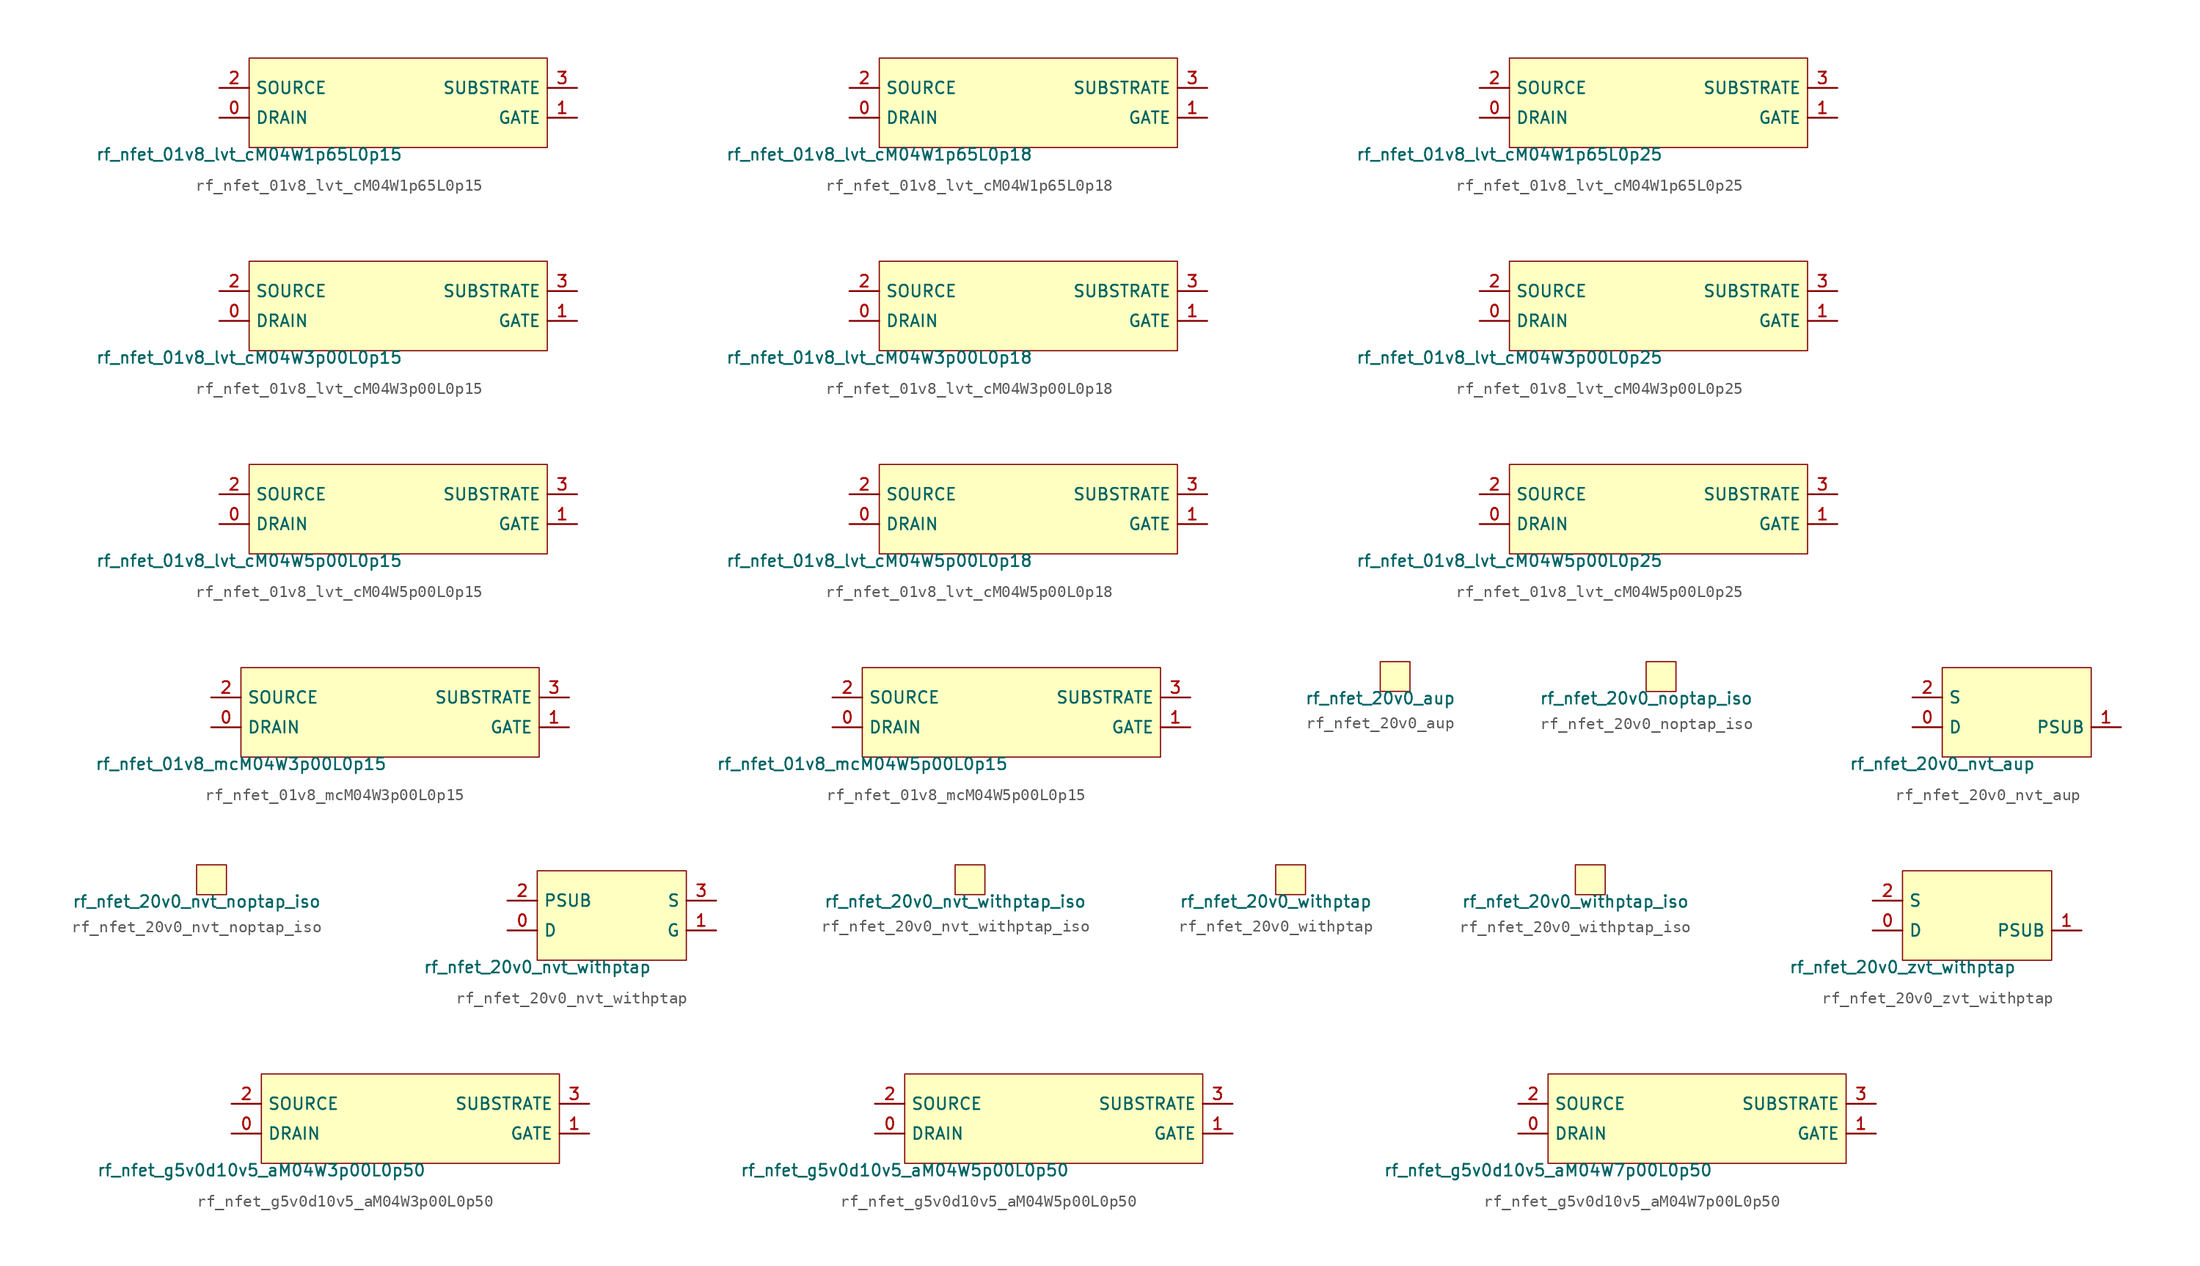
<source format=kicad_sym>
(kicad_symbol_lib
  (version 20211014)
  (generator pdk2kicad)
  (symbol "rf_nfet_01v8_lvt_cM04W1p65L0p15"
    (property "Reference" "X"
      (at 0 0 0)
      (effects (font (size 1 1)) hide))
    (property "Value" "rf_nfet_01v8_lvt_cM04W1p65L0p15"
      (at -12.7 -3.81 0)
      (effects (font (size 1 1)) (justify top)))
    (rectangle
      (start -12.7 -3.81)
      (end 12.7 3.81)
      (stroke (width 0.1) (type solid) (color 0 0 0 0))
      (fill (type background)))
    (pin bidirectional line
      (at -15.24 -1.27 0)
      (length 2.54)
      (name "DRAIN" (effects (font (size 1 1)) hide))
      (number "0" (effects (font (size 1 1)) hide)))
    (pin bidirectional line
      (at 15.24 -1.27 180)
      (length 2.54)
      (name "GATE" (effects (font (size 1 1)) hide))
      (number "1" (effects (font (size 1 1)) hide)))
    (pin bidirectional line
      (at -15.24 1.27 0)
      (length 2.54)
      (name "SOURCE" (effects (font (size 1 1)) hide))
      (number "2" (effects (font (size 1 1)) hide)))
    (pin bidirectional line
      (at 15.24 1.27 180)
      (length 2.54)
      (name "SUBSTRATE" (effects (font (size 1 1)) hide))
      (number "3" (effects (font (size 1 1)) hide))))
  (symbol "rf_nfet_01v8_lvt_cM04W1p65L0p18"
    (property "Reference" "X"
      (at 0 0 0)
      (effects (font (size 1 1)) hide))
    (property "Value" "rf_nfet_01v8_lvt_cM04W1p65L0p18"
      (at -12.7 -3.81 0)
      (effects (font (size 1 1)) (justify top)))
    (rectangle
      (start -12.7 -3.81)
      (end 12.7 3.81)
      (stroke (width 0.1) (type solid) (color 0 0 0 0))
      (fill (type background)))
    (pin bidirectional line
      (at -15.24 -1.27 0)
      (length 2.54)
      (name "DRAIN" (effects (font (size 1 1)) hide))
      (number "0" (effects (font (size 1 1)) hide)))
    (pin bidirectional line
      (at 15.24 -1.27 180)
      (length 2.54)
      (name "GATE" (effects (font (size 1 1)) hide))
      (number "1" (effects (font (size 1 1)) hide)))
    (pin bidirectional line
      (at -15.24 1.27 0)
      (length 2.54)
      (name "SOURCE" (effects (font (size 1 1)) hide))
      (number "2" (effects (font (size 1 1)) hide)))
    (pin bidirectional line
      (at 15.24 1.27 180)
      (length 2.54)
      (name "SUBSTRATE" (effects (font (size 1 1)) hide))
      (number "3" (effects (font (size 1 1)) hide))))
  (symbol "rf_nfet_01v8_lvt_cM04W1p65L0p25"
    (property "Reference" "X"
      (at 0 0 0)
      (effects (font (size 1 1)) hide))
    (property "Value" "rf_nfet_01v8_lvt_cM04W1p65L0p25"
      (at -12.7 -3.81 0)
      (effects (font (size 1 1)) (justify top)))
    (rectangle
      (start -12.7 -3.81)
      (end 12.7 3.81)
      (stroke (width 0.1) (type solid) (color 0 0 0 0))
      (fill (type background)))
    (pin bidirectional line
      (at -15.24 -1.27 0)
      (length 2.54)
      (name "DRAIN" (effects (font (size 1 1)) hide))
      (number "0" (effects (font (size 1 1)) hide)))
    (pin bidirectional line
      (at 15.24 -1.27 180)
      (length 2.54)
      (name "GATE" (effects (font (size 1 1)) hide))
      (number "1" (effects (font (size 1 1)) hide)))
    (pin bidirectional line
      (at -15.24 1.27 0)
      (length 2.54)
      (name "SOURCE" (effects (font (size 1 1)) hide))
      (number "2" (effects (font (size 1 1)) hide)))
    (pin bidirectional line
      (at 15.24 1.27 180)
      (length 2.54)
      (name "SUBSTRATE" (effects (font (size 1 1)) hide))
      (number "3" (effects (font (size 1 1)) hide))))
  (symbol "rf_nfet_01v8_lvt_cM04W3p00L0p15"
    (property "Reference" "X"
      (at 0 0 0)
      (effects (font (size 1 1)) hide))
    (property "Value" "rf_nfet_01v8_lvt_cM04W3p00L0p15"
      (at -12.7 -3.81 0)
      (effects (font (size 1 1)) (justify top)))
    (rectangle
      (start -12.7 -3.81)
      (end 12.7 3.81)
      (stroke (width 0.1) (type solid) (color 0 0 0 0))
      (fill (type background)))
    (pin bidirectional line
      (at -15.24 -1.27 0)
      (length 2.54)
      (name "DRAIN" (effects (font (size 1 1)) hide))
      (number "0" (effects (font (size 1 1)) hide)))
    (pin bidirectional line
      (at 15.24 -1.27 180)
      (length 2.54)
      (name "GATE" (effects (font (size 1 1)) hide))
      (number "1" (effects (font (size 1 1)) hide)))
    (pin bidirectional line
      (at -15.24 1.27 0)
      (length 2.54)
      (name "SOURCE" (effects (font (size 1 1)) hide))
      (number "2" (effects (font (size 1 1)) hide)))
    (pin bidirectional line
      (at 15.24 1.27 180)
      (length 2.54)
      (name "SUBSTRATE" (effects (font (size 1 1)) hide))
      (number "3" (effects (font (size 1 1)) hide))))
  (symbol "rf_nfet_01v8_lvt_cM04W3p00L0p18"
    (property "Reference" "X"
      (at 0 0 0)
      (effects (font (size 1 1)) hide))
    (property "Value" "rf_nfet_01v8_lvt_cM04W3p00L0p18"
      (at -12.7 -3.81 0)
      (effects (font (size 1 1)) (justify top)))
    (rectangle
      (start -12.7 -3.81)
      (end 12.7 3.81)
      (stroke (width 0.1) (type solid) (color 0 0 0 0))
      (fill (type background)))
    (pin bidirectional line
      (at -15.24 -1.27 0)
      (length 2.54)
      (name "DRAIN" (effects (font (size 1 1)) hide))
      (number "0" (effects (font (size 1 1)) hide)))
    (pin bidirectional line
      (at 15.24 -1.27 180)
      (length 2.54)
      (name "GATE" (effects (font (size 1 1)) hide))
      (number "1" (effects (font (size 1 1)) hide)))
    (pin bidirectional line
      (at -15.24 1.27 0)
      (length 2.54)
      (name "SOURCE" (effects (font (size 1 1)) hide))
      (number "2" (effects (font (size 1 1)) hide)))
    (pin bidirectional line
      (at 15.24 1.27 180)
      (length 2.54)
      (name "SUBSTRATE" (effects (font (size 1 1)) hide))
      (number "3" (effects (font (size 1 1)) hide))))
  (symbol "rf_nfet_01v8_lvt_cM04W3p00L0p25"
    (property "Reference" "X"
      (at 0 0 0)
      (effects (font (size 1 1)) hide))
    (property "Value" "rf_nfet_01v8_lvt_cM04W3p00L0p25"
      (at -12.7 -3.81 0)
      (effects (font (size 1 1)) (justify top)))
    (rectangle
      (start -12.7 -3.81)
      (end 12.7 3.81)
      (stroke (width 0.1) (type solid) (color 0 0 0 0))
      (fill (type background)))
    (pin bidirectional line
      (at -15.24 -1.27 0)
      (length 2.54)
      (name "DRAIN" (effects (font (size 1 1)) hide))
      (number "0" (effects (font (size 1 1)) hide)))
    (pin bidirectional line
      (at 15.24 -1.27 180)
      (length 2.54)
      (name "GATE" (effects (font (size 1 1)) hide))
      (number "1" (effects (font (size 1 1)) hide)))
    (pin bidirectional line
      (at -15.24 1.27 0)
      (length 2.54)
      (name "SOURCE" (effects (font (size 1 1)) hide))
      (number "2" (effects (font (size 1 1)) hide)))
    (pin bidirectional line
      (at 15.24 1.27 180)
      (length 2.54)
      (name "SUBSTRATE" (effects (font (size 1 1)) hide))
      (number "3" (effects (font (size 1 1)) hide))))
  (symbol "rf_nfet_01v8_lvt_cM04W5p00L0p15"
    (property "Reference" "X"
      (at 0 0 0)
      (effects (font (size 1 1)) hide))
    (property "Value" "rf_nfet_01v8_lvt_cM04W5p00L0p15"
      (at -12.7 -3.81 0)
      (effects (font (size 1 1)) (justify top)))
    (rectangle
      (start -12.7 -3.81)
      (end 12.7 3.81)
      (stroke (width 0.1) (type solid) (color 0 0 0 0))
      (fill (type background)))
    (pin bidirectional line
      (at -15.24 -1.27 0)
      (length 2.54)
      (name "DRAIN" (effects (font (size 1 1)) hide))
      (number "0" (effects (font (size 1 1)) hide)))
    (pin bidirectional line
      (at 15.24 -1.27 180)
      (length 2.54)
      (name "GATE" (effects (font (size 1 1)) hide))
      (number "1" (effects (font (size 1 1)) hide)))
    (pin bidirectional line
      (at -15.24 1.27 0)
      (length 2.54)
      (name "SOURCE" (effects (font (size 1 1)) hide))
      (number "2" (effects (font (size 1 1)) hide)))
    (pin bidirectional line
      (at 15.24 1.27 180)
      (length 2.54)
      (name "SUBSTRATE" (effects (font (size 1 1)) hide))
      (number "3" (effects (font (size 1 1)) hide))))
  (symbol "rf_nfet_01v8_lvt_cM04W5p00L0p18"
    (property "Reference" "X"
      (at 0 0 0)
      (effects (font (size 1 1)) hide))
    (property "Value" "rf_nfet_01v8_lvt_cM04W5p00L0p18"
      (at -12.7 -3.81 0)
      (effects (font (size 1 1)) (justify top)))
    (rectangle
      (start -12.7 -3.81)
      (end 12.7 3.81)
      (stroke (width 0.1) (type solid) (color 0 0 0 0))
      (fill (type background)))
    (pin bidirectional line
      (at -15.24 -1.27 0)
      (length 2.54)
      (name "DRAIN" (effects (font (size 1 1)) hide))
      (number "0" (effects (font (size 1 1)) hide)))
    (pin bidirectional line
      (at 15.24 -1.27 180)
      (length 2.54)
      (name "GATE" (effects (font (size 1 1)) hide))
      (number "1" (effects (font (size 1 1)) hide)))
    (pin bidirectional line
      (at -15.24 1.27 0)
      (length 2.54)
      (name "SOURCE" (effects (font (size 1 1)) hide))
      (number "2" (effects (font (size 1 1)) hide)))
    (pin bidirectional line
      (at 15.24 1.27 180)
      (length 2.54)
      (name "SUBSTRATE" (effects (font (size 1 1)) hide))
      (number "3" (effects (font (size 1 1)) hide))))
  (symbol "rf_nfet_01v8_lvt_cM04W5p00L0p25"
    (property "Reference" "X"
      (at 0 0 0)
      (effects (font (size 1 1)) hide))
    (property "Value" "rf_nfet_01v8_lvt_cM04W5p00L0p25"
      (at -12.7 -3.81 0)
      (effects (font (size 1 1)) (justify top)))
    (rectangle
      (start -12.7 -3.81)
      (end 12.7 3.81)
      (stroke (width 0.1) (type solid) (color 0 0 0 0))
      (fill (type background)))
    (pin bidirectional line
      (at -15.24 -1.27 0)
      (length 2.54)
      (name "DRAIN" (effects (font (size 1 1)) hide))
      (number "0" (effects (font (size 1 1)) hide)))
    (pin bidirectional line
      (at 15.24 -1.27 180)
      (length 2.54)
      (name "GATE" (effects (font (size 1 1)) hide))
      (number "1" (effects (font (size 1 1)) hide)))
    (pin bidirectional line
      (at -15.24 1.27 0)
      (length 2.54)
      (name "SOURCE" (effects (font (size 1 1)) hide))
      (number "2" (effects (font (size 1 1)) hide)))
    (pin bidirectional line
      (at 15.24 1.27 180)
      (length 2.54)
      (name "SUBSTRATE" (effects (font (size 1 1)) hide))
      (number "3" (effects (font (size 1 1)) hide))))
  (symbol "rf_nfet_01v8_mcM04W3p00L0p15"
    (property "Reference" "X"
      (at 0 0 0)
      (effects (font (size 1 1)) hide))
    (property "Value" "rf_nfet_01v8_mcM04W3p00L0p15"
      (at -12.7 -3.81 0)
      (effects (font (size 1 1)) (justify top)))
    (rectangle
      (start -12.7 -3.81)
      (end 12.7 3.81)
      (stroke (width 0.1) (type solid) (color 0 0 0 0))
      (fill (type background)))
    (pin bidirectional line
      (at -15.24 -1.27 0)
      (length 2.54)
      (name "DRAIN" (effects (font (size 1 1)) hide))
      (number "0" (effects (font (size 1 1)) hide)))
    (pin bidirectional line
      (at 15.24 -1.27 180)
      (length 2.54)
      (name "GATE" (effects (font (size 1 1)) hide))
      (number "1" (effects (font (size 1 1)) hide)))
    (pin bidirectional line
      (at -15.24 1.27 0)
      (length 2.54)
      (name "SOURCE" (effects (font (size 1 1)) hide))
      (number "2" (effects (font (size 1 1)) hide)))
    (pin bidirectional line
      (at 15.24 1.27 180)
      (length 2.54)
      (name "SUBSTRATE" (effects (font (size 1 1)) hide))
      (number "3" (effects (font (size 1 1)) hide))))
  (symbol "rf_nfet_01v8_mcM04W5p00L0p15"
    (property "Reference" "X"
      (at 0 0 0)
      (effects (font (size 1 1)) hide))
    (property "Value" "rf_nfet_01v8_mcM04W5p00L0p15"
      (at -12.7 -3.81 0)
      (effects (font (size 1 1)) (justify top)))
    (rectangle
      (start -12.7 -3.81)
      (end 12.7 3.81)
      (stroke (width 0.1) (type solid) (color 0 0 0 0))
      (fill (type background)))
    (pin bidirectional line
      (at -15.24 -1.27 0)
      (length 2.54)
      (name "DRAIN" (effects (font (size 1 1)) hide))
      (number "0" (effects (font (size 1 1)) hide)))
    (pin bidirectional line
      (at 15.24 -1.27 180)
      (length 2.54)
      (name "GATE" (effects (font (size 1 1)) hide))
      (number "1" (effects (font (size 1 1)) hide)))
    (pin bidirectional line
      (at -15.24 1.27 0)
      (length 2.54)
      (name "SOURCE" (effects (font (size 1 1)) hide))
      (number "2" (effects (font (size 1 1)) hide)))
    (pin bidirectional line
      (at 15.24 1.27 180)
      (length 2.54)
      (name "SUBSTRATE" (effects (font (size 1 1)) hide))
      (number "3" (effects (font (size 1 1)) hide))))
  (symbol "rf_nfet_20v0_aup"
    (property "Reference" "X"
      (at 0 0 0)
      (effects (font (size 1 1)) hide))
    (property "Value" "rf_nfet_20v0_aup"
      (at -1.27 -1.27 0)
      (effects (font (size 1 1)) (justify top)))
    (rectangle
      (start -1.27 -1.27)
      (end 1.27 1.27)
      (stroke (width 0.1) (type solid) (color 0 0 0 0))
      (fill (type background))))
  (symbol "rf_nfet_20v0_noptap_iso"
    (property "Reference" "X"
      (at 0 0 0)
      (effects (font (size 1 1)) hide))
    (property "Value" "rf_nfet_20v0_noptap_iso"
      (at -1.27 -1.27 0)
      (effects (font (size 1 1)) (justify top)))
    (rectangle
      (start -1.27 -1.27)
      (end 1.27 1.27)
      (stroke (width 0.1) (type solid) (color 0 0 0 0))
      (fill (type background))))
  (symbol "rf_nfet_20v0_nvt_aup"
    (property "Reference" "X"
      (at 0 0 0)
      (effects (font (size 1 1)) hide))
    (property "Value" "rf_nfet_20v0_nvt_aup"
      (at -6.35 -3.81 0)
      (effects (font (size 1 1)) (justify top)))
    (rectangle
      (start -6.35 -3.81)
      (end 6.35 3.81)
      (stroke (width 0.1) (type solid) (color 0 0 0 0))
      (fill (type background)))
    (pin bidirectional line
      (at -8.89 -1.27 0)
      (length 2.54)
      (name "D" (effects (font (size 1 1)) hide))
      (number "0" (effects (font (size 1 1)) hide)))
    (pin bidirectional line
      (at 8.89 -1.27 180)
      (length 2.54)
      (name "PSUB" (effects (font (size 1 1)) hide))
      (number "1" (effects (font (size 1 1)) hide)))
    (pin bidirectional line
      (at -8.89 1.27 0)
      (length 2.54)
      (name "S" (effects (font (size 1 1)) hide))
      (number "2" (effects (font (size 1 1)) hide))))
  (symbol "rf_nfet_20v0_nvt_noptap_iso"
    (property "Reference" "X"
      (at 0 0 0)
      (effects (font (size 1 1)) hide))
    (property "Value" "rf_nfet_20v0_nvt_noptap_iso"
      (at -1.27 -1.27 0)
      (effects (font (size 1 1)) (justify top)))
    (rectangle
      (start -1.27 -1.27)
      (end 1.27 1.27)
      (stroke (width 0.1) (type solid) (color 0 0 0 0))
      (fill (type background))))
  (symbol "rf_nfet_20v0_nvt_withptap"
    (property "Reference" "X"
      (at 0 0 0)
      (effects (font (size 1 1)) hide))
    (property "Value" "rf_nfet_20v0_nvt_withptap"
      (at -6.35 -3.81 0)
      (effects (font (size 1 1)) (justify top)))
    (rectangle
      (start -6.35 -3.81)
      (end 6.35 3.81)
      (stroke (width 0.1) (type solid) (color 0 0 0 0))
      (fill (type background)))
    (pin bidirectional line
      (at -8.89 -1.27 0)
      (length 2.54)
      (name "D" (effects (font (size 1 1)) hide))
      (number "0" (effects (font (size 1 1)) hide)))
    (pin bidirectional line
      (at 8.89 -1.27 180)
      (length 2.54)
      (name "G" (effects (font (size 1 1)) hide))
      (number "1" (effects (font (size 1 1)) hide)))
    (pin bidirectional line
      (at -8.89 1.27 0)
      (length 2.54)
      (name "PSUB" (effects (font (size 1 1)) hide))
      (number "2" (effects (font (size 1 1)) hide)))
    (pin bidirectional line
      (at 8.89 1.27 180)
      (length 2.54)
      (name "S" (effects (font (size 1 1)) hide))
      (number "3" (effects (font (size 1 1)) hide))))
  (symbol "rf_nfet_20v0_nvt_withptap_iso"
    (property "Reference" "X"
      (at 0 0 0)
      (effects (font (size 1 1)) hide))
    (property "Value" "rf_nfet_20v0_nvt_withptap_iso"
      (at -1.27 -1.27 0)
      (effects (font (size 1 1)) (justify top)))
    (rectangle
      (start -1.27 -1.27)
      (end 1.27 1.27)
      (stroke (width 0.1) (type solid) (color 0 0 0 0))
      (fill (type background))))
  (symbol "rf_nfet_20v0_withptap"
    (property "Reference" "X"
      (at 0 0 0)
      (effects (font (size 1 1)) hide))
    (property "Value" "rf_nfet_20v0_withptap"
      (at -1.27 -1.27 0)
      (effects (font (size 1 1)) (justify top)))
    (rectangle
      (start -1.27 -1.27)
      (end 1.27 1.27)
      (stroke (width 0.1) (type solid) (color 0 0 0 0))
      (fill (type background))))
  (symbol "rf_nfet_20v0_withptap_iso"
    (property "Reference" "X"
      (at 0 0 0)
      (effects (font (size 1 1)) hide))
    (property "Value" "rf_nfet_20v0_withptap_iso"
      (at -1.27 -1.27 0)
      (effects (font (size 1 1)) (justify top)))
    (rectangle
      (start -1.27 -1.27)
      (end 1.27 1.27)
      (stroke (width 0.1) (type solid) (color 0 0 0 0))
      (fill (type background))))
  (symbol "rf_nfet_20v0_zvt_withptap"
    (property "Reference" "X"
      (at 0 0 0)
      (effects (font (size 1 1)) hide))
    (property "Value" "rf_nfet_20v0_zvt_withptap"
      (at -6.35 -3.81 0)
      (effects (font (size 1 1)) (justify top)))
    (rectangle
      (start -6.35 -3.81)
      (end 6.35 3.81)
      (stroke (width 0.1) (type solid) (color 0 0 0 0))
      (fill (type background)))
    (pin bidirectional line
      (at -8.89 -1.27 0)
      (length 2.54)
      (name "D" (effects (font (size 1 1)) hide))
      (number "0" (effects (font (size 1 1)) hide)))
    (pin bidirectional line
      (at 8.89 -1.27 180)
      (length 2.54)
      (name "PSUB" (effects (font (size 1 1)) hide))
      (number "1" (effects (font (size 1 1)) hide)))
    (pin bidirectional line
      (at -8.89 1.27 0)
      (length 2.54)
      (name "S" (effects (font (size 1 1)) hide))
      (number "2" (effects (font (size 1 1)) hide))))
  (symbol "rf_nfet_g5v0d10v5_aM04W3p00L0p50"
    (property "Reference" "X"
      (at 0 0 0)
      (effects (font (size 1 1)) hide))
    (property "Value" "rf_nfet_g5v0d10v5_aM04W3p00L0p50"
      (at -12.7 -3.81 0)
      (effects (font (size 1 1)) (justify top)))
    (rectangle
      (start -12.7 -3.81)
      (end 12.7 3.81)
      (stroke (width 0.1) (type solid) (color 0 0 0 0))
      (fill (type background)))
    (pin bidirectional line
      (at -15.24 -1.27 0)
      (length 2.54)
      (name "DRAIN" (effects (font (size 1 1)) hide))
      (number "0" (effects (font (size 1 1)) hide)))
    (pin bidirectional line
      (at 15.24 -1.27 180)
      (length 2.54)
      (name "GATE" (effects (font (size 1 1)) hide))
      (number "1" (effects (font (size 1 1)) hide)))
    (pin bidirectional line
      (at -15.24 1.27 0)
      (length 2.54)
      (name "SOURCE" (effects (font (size 1 1)) hide))
      (number "2" (effects (font (size 1 1)) hide)))
    (pin bidirectional line
      (at 15.24 1.27 180)
      (length 2.54)
      (name "SUBSTRATE" (effects (font (size 1 1)) hide))
      (number "3" (effects (font (size 1 1)) hide))))
  (symbol "rf_nfet_g5v0d10v5_aM04W5p00L0p50"
    (property "Reference" "X"
      (at 0 0 0)
      (effects (font (size 1 1)) hide))
    (property "Value" "rf_nfet_g5v0d10v5_aM04W5p00L0p50"
      (at -12.7 -3.81 0)
      (effects (font (size 1 1)) (justify top)))
    (rectangle
      (start -12.7 -3.81)
      (end 12.7 3.81)
      (stroke (width 0.1) (type solid) (color 0 0 0 0))
      (fill (type background)))
    (pin bidirectional line
      (at -15.24 -1.27 0)
      (length 2.54)
      (name "DRAIN" (effects (font (size 1 1)) hide))
      (number "0" (effects (font (size 1 1)) hide)))
    (pin bidirectional line
      (at 15.24 -1.27 180)
      (length 2.54)
      (name "GATE" (effects (font (size 1 1)) hide))
      (number "1" (effects (font (size 1 1)) hide)))
    (pin bidirectional line
      (at -15.24 1.27 0)
      (length 2.54)
      (name "SOURCE" (effects (font (size 1 1)) hide))
      (number "2" (effects (font (size 1 1)) hide)))
    (pin bidirectional line
      (at 15.24 1.27 180)
      (length 2.54)
      (name "SUBSTRATE" (effects (font (size 1 1)) hide))
      (number "3" (effects (font (size 1 1)) hide))))
  (symbol "rf_nfet_g5v0d10v5_aM04W7p00L0p50"
    (property "Reference" "X"
      (at 0 0 0)
      (effects (font (size 1 1)) hide))
    (property "Value" "rf_nfet_g5v0d10v5_aM04W7p00L0p50"
      (at -12.7 -3.81 0)
      (effects (font (size 1 1)) (justify top)))
    (rectangle
      (start -12.7 -3.81)
      (end 12.7 3.81)
      (stroke (width 0.1) (type solid) (color 0 0 0 0))
      (fill (type background)))
    (pin bidirectional line
      (at -15.24 -1.27 0)
      (length 2.54)
      (name "DRAIN" (effects (font (size 1 1)) hide))
      (number "0" (effects (font (size 1 1)) hide)))
    (pin bidirectional line
      (at 15.24 -1.27 180)
      (length 2.54)
      (name "GATE" (effects (font (size 1 1)) hide))
      (number "1" (effects (font (size 1 1)) hide)))
    (pin bidirectional line
      (at -15.24 1.27 0)
      (length 2.54)
      (name "SOURCE" (effects (font (size 1 1)) hide))
      (number "2" (effects (font (size 1 1)) hide)))
    (pin bidirectional line
      (at 15.24 1.27 180)
      (length 2.54)
      (name "SUBSTRATE" (effects (font (size 1 1)) hide))
      (number "3" (effects (font (size 1 1)) hide)))))
</source>
